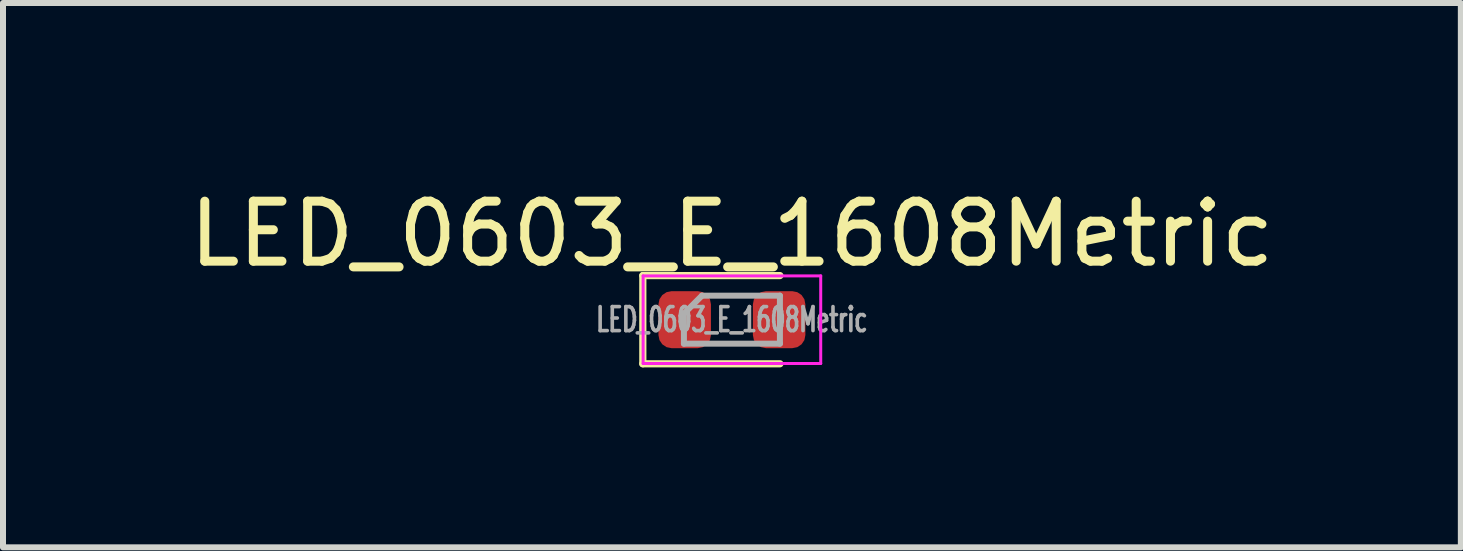
<source format=kicad_pcb>
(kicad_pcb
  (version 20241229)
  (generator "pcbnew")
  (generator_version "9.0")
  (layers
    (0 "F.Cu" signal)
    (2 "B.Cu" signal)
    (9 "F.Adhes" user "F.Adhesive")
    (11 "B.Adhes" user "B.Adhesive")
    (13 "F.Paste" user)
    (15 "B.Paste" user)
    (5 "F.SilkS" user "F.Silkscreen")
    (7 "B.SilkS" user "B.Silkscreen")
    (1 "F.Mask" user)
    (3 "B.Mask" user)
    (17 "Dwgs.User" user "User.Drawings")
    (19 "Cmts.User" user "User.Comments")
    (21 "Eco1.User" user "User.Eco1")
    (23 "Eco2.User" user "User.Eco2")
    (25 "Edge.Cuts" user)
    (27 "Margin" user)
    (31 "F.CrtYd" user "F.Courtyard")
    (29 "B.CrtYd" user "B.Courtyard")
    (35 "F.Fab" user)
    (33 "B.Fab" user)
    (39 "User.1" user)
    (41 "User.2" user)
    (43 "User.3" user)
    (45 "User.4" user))
  (footprint "LED_0603_E_1608Metric"
    (layer "F.Cu")
    (at 9.149 2.278)
    (property "Reference" "LED_0603_E_1608Metric" (at 0 -1.43 0) (layer "F.SilkS") (effects (font (size 1 1) (thickness 0.15))))
    (attr smd)
    (fp_line (start -1.485 -0.735) (end -1.485 0.735) (stroke (width 0.12) (type solid)) (layer "F.SilkS"))
    (fp_line (start -1.485 0.735) (end 0.8 0.735) (stroke (width 0.12) (type solid)) (layer "F.SilkS"))
    (fp_line (start 0.8 -0.735) (end -1.485 -0.735) (stroke (width 0.12) (type solid)) (layer "F.SilkS"))
    (fp_line (start -1.48 -0.73) (end 1.48 -0.73) (stroke (width 0.05) (type solid)) (layer "F.CrtYd"))
    (fp_line (start -1.48 0.73) (end -1.48 -0.73) (stroke (width 0.05) (type solid)) (layer "F.CrtYd"))
    (fp_line (start 1.48 -0.73) (end 1.48 0.73) (stroke (width 0.05) (type solid)) (layer "F.CrtYd"))
    (fp_line (start 1.48 0.73) (end -1.48 0.73) (stroke (width 0.05) (type solid)) (layer "F.CrtYd"))
    (fp_line (start -0.8 -0.1) (end -0.8 0.4) (stroke (width 0.1) (type solid)) (layer "F.Fab"))
    (fp_line (start -0.8 0.4) (end 0.8 0.4) (stroke (width 0.1) (type solid)) (layer "F.Fab"))
    (fp_line (start -0.5 -0.4) (end -0.8 -0.1) (stroke (width 0.1) (type solid)) (layer "F.Fab"))
    (fp_line (start 0.8 -0.4) (end -0.5 -0.4) (stroke (width 0.1) (type solid)) (layer "F.Fab"))
    (fp_line (start 0.8 0.4) (end 0.8 -0.4) (stroke (width 0.1) (type solid)) (layer "F.Fab"))
    (fp_text user "${REFERENCE}" (at 0 0 0) (layer "F.Fab") (effects (font (size 0.4 0.25) (thickness 0.06))))
    (pad "1" smd roundrect (at -0.787 0) (size 0.875 0.95) (layers "F.Cu" "F.Mask" "F.Paste") (roundrect_rratio 0.25))
    (pad "2" smd roundrect (at 0.787 0) (size 0.875 0.95) (layers "F.Cu" "F.Mask" "F.Paste") (roundrect_rratio 0.25)))
  (gr_rect
    (start -3 -3)
    (end 21.298 6.073)
    (stroke (width 0.1) (type default))
    (fill no)
    (layer "Edge.Cuts")))
</source>
